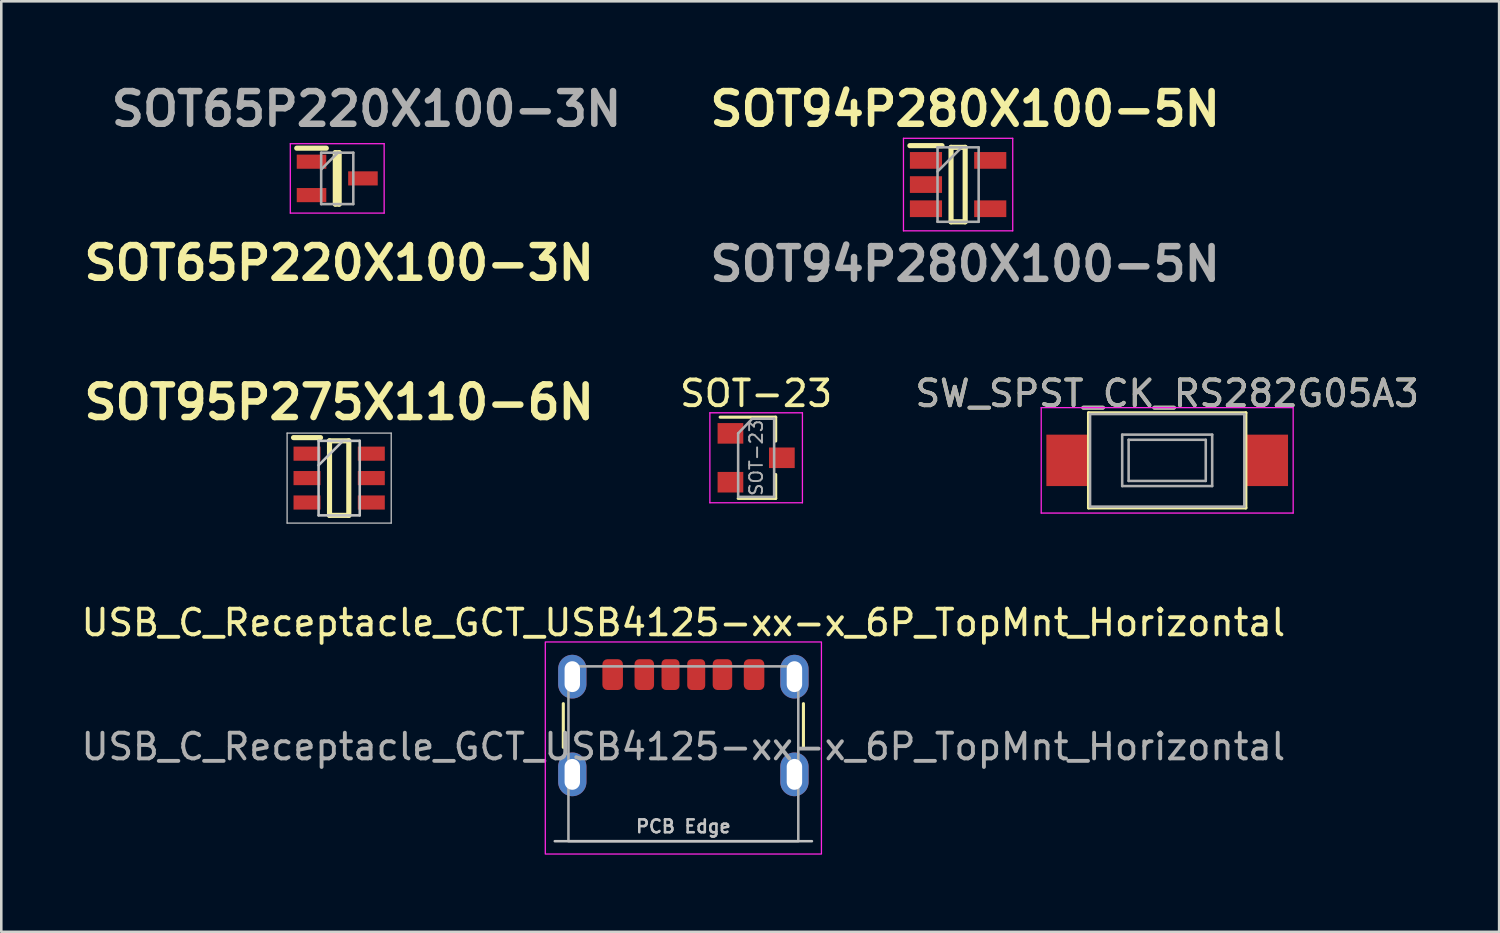
<source format=kicad_pcb>
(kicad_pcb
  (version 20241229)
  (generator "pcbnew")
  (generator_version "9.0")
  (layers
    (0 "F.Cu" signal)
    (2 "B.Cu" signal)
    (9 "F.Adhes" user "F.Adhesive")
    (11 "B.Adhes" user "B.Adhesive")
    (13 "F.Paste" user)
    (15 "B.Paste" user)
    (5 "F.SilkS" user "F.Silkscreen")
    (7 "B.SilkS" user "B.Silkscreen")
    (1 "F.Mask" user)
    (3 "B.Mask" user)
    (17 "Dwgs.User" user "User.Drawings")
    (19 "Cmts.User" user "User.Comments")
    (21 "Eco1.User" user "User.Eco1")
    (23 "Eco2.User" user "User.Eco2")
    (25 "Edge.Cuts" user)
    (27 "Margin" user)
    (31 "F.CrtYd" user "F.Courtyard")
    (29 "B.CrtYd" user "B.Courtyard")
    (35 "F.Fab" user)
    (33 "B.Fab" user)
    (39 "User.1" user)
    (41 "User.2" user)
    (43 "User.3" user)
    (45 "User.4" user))
  (footprint "SW_SPST_CK_RS282G05A3"
    (layer "F.Cu")
    (at 42.349 14.856)
    (property "Reference" "SW_SPST_CK_RS282G05A3" (at 0 -2.6 0) (layer "F.SilkS") (effects (font (size 1 1) (thickness 0.15))))
    (attr smd)
    (fp_line (start -3.06 -1.85) (end 3.06 -1.85) (stroke (width 0.12) (type solid)) (layer "F.SilkS"))
    (fp_line (start -3.06 1.85) (end -3.06 -1.85) (stroke (width 0.12) (type solid)) (layer "F.SilkS"))
    (fp_line (start 3.06 -1.85) (end 3.06 1.85) (stroke (width 0.12) (type solid)) (layer "F.SilkS"))
    (fp_line (start 3.06 1.85) (end -3.06 1.85) (stroke (width 0.12) (type solid)) (layer "F.SilkS"))
    (fp_line (start -4.9 -2.05) (end 4.9 -2.05) (stroke (width 0.05) (type solid)) (layer "F.CrtYd"))
    (fp_line (start -4.9 2.05) (end -4.9 -2.05) (stroke (width 0.05) (type solid)) (layer "F.CrtYd"))
    (fp_line (start 4.9 -2.05) (end 4.9 2.05) (stroke (width 0.05) (type solid)) (layer "F.CrtYd"))
    (fp_line (start 4.9 2.05) (end -4.9 2.05) (stroke (width 0.05) (type solid)) (layer "F.CrtYd"))
    (fp_line (start -3 -1.8) (end -3 1.8) (stroke (width 0.1) (type solid)) (layer "F.Fab"))
    (fp_line (start -3 -1.8) (end 3 -1.8) (stroke (width 0.1) (type solid)) (layer "F.Fab"))
    (fp_line (start -3 1.8) (end 3 1.8) (stroke (width 0.1) (type solid)) (layer "F.Fab"))
    (fp_line (start -1.75 -1) (end 1.75 -1) (stroke (width 0.1) (type solid)) (layer "F.Fab"))
    (fp_line (start -1.75 1) (end -1.75 -1) (stroke (width 0.1) (type solid)) (layer "F.Fab"))
    (fp_line (start -1.5 -0.8) (end -1.5 0.8) (stroke (width 0.1) (type solid)) (layer "F.Fab"))
    (fp_line (start -1.5 -0.8) (end 1.5 -0.8) (stroke (width 0.1) (type solid)) (layer "F.Fab"))
    (fp_line (start -1.5 0.8) (end 1.5 0.8) (stroke (width 0.1) (type solid)) (layer "F.Fab"))
    (fp_line (start 1.5 -0.8) (end 1.5 0.8) (stroke (width 0.1) (type solid)) (layer "F.Fab"))
    (fp_line (start 1.75 -1) (end 1.75 1) (stroke (width 0.1) (type solid)) (layer "F.Fab"))
    (fp_line (start 1.75 1) (end -1.75 1) (stroke (width 0.1) (type solid)) (layer "F.Fab"))
    (fp_line (start 3 -1.8) (end 3 1.8) (stroke (width 0.1) (type solid)) (layer "F.Fab"))
    (fp_text user "${REFERENCE}" (at 0 -2.6 0) (layer "F.Fab") (effects (font (size 1 1) (thickness 0.15))))
    (pad "1" smd rect (at -3.9 0) (size 1.6 2) (layers "F.Cu" "F.Mask" "F.Paste"))
    (pad "2" smd rect (at 3.9 0) (size 1.6 2) (layers "F.Cu" "F.Mask" "F.Paste")))
  (footprint "SOT-23"
    (layer "F.Cu")
    (at 26.361 14.756)
    (property "Reference" "SOT-23" (at 0 -2.5 0) (layer "F.SilkS") (effects (font (size 1 1) (thickness 0.15))))
    (attr smd)
    (fp_line (start 0.76 -1.58) (end -1.4 -1.58) (stroke (width 0.12) (type solid)) (layer "F.SilkS"))
    (fp_line (start 0.76 -1.58) (end 0.76 -0.65) (stroke (width 0.12) (type solid)) (layer "F.SilkS"))
    (fp_line (start 0.76 1.58) (end -0.7 1.58) (stroke (width 0.12) (type solid)) (layer "F.SilkS"))
    (fp_line (start 0.76 1.58) (end 0.76 0.65) (stroke (width 0.12) (type solid)) (layer "F.SilkS"))
    (fp_line (start -1.8 -1.75) (end 1.8 -1.75) (stroke (width 0.05) (type solid)) (layer "F.CrtYd"))
    (fp_line (start -1.8 1.75) (end -1.8 -1.75) (stroke (width 0.05) (type solid)) (layer "F.CrtYd"))
    (fp_line (start 1.8 -1.75) (end 1.8 1.75) (stroke (width 0.05) (type solid)) (layer "F.CrtYd"))
    (fp_line (start 1.8 1.75) (end -1.8 1.75) (stroke (width 0.05) (type solid)) (layer "F.CrtYd"))
    (fp_line (start -0.7 -0.95) (end -0.7 1.5) (stroke (width 0.1) (type solid)) (layer "F.Fab"))
    (fp_line (start -0.7 -0.95) (end -0.15 -1.52) (stroke (width 0.1) (type solid)) (layer "F.Fab"))
    (fp_line (start -0.7 1.52) (end 0.7 1.52) (stroke (width 0.1) (type solid)) (layer "F.Fab"))
    (fp_line (start -0.15 -1.52) (end 0.7 -1.52) (stroke (width 0.1) (type solid)) (layer "F.Fab"))
    (fp_line (start 0.7 -1.52) (end 0.7 1.52) (stroke (width 0.1) (type solid)) (layer "F.Fab"))
    (fp_text user "${REFERENCE}" (at 0 0 90) (layer "F.Fab") (effects (font (size 0.5 0.5) (thickness 0.075))))
    (pad "1" smd rect (at -1 -0.95) (size 1 0.8) (layers "F.Cu" "F.Mask" "F.Paste"))
    (pad "2" smd rect (at -1 0.95) (size 1 0.8) (layers "F.Cu" "F.Mask" "F.Paste"))
    (pad "3" smd rect (at 1 0) (size 1 0.8) (layers "F.Cu" "F.Mask" "F.Paste")))
  (footprint "SOT95P275X110-6N"
    (layer "F.Cu")
    (at 10.142 15.546)
    (property "Reference" "SOT95P275X110-6N" (at 0 -2.95 0) (layer "F.SilkS") (effects (font (size 1.27 1.27) (thickness 0.254))))
    (attr smd)
    (fp_line (start -1.775 -1.575) (end -0.725 -1.575) (stroke (width 0.2) (type solid)) (layer "F.SilkS"))
    (fp_line (start -0.375 -1.45) (end 0.375 -1.45) (stroke (width 0.2) (type solid)) (layer "F.SilkS"))
    (fp_line (start -0.375 1.45) (end -0.375 -1.45) (stroke (width 0.2) (type solid)) (layer "F.SilkS"))
    (fp_line (start 0.375 -1.45) (end 0.375 1.45) (stroke (width 0.2) (type solid)) (layer "F.SilkS"))
    (fp_line (start 0.375 1.45) (end -0.375 1.45) (stroke (width 0.2) (type solid)) (layer "F.SilkS"))
    (fp_line (start -2.025 -1.75) (end 2.025 -1.75) (stroke (width 0.05) (type solid)) (layer "Dwgs.User"))
    (fp_line (start -2.025 1.75) (end -2.025 -1.75) (stroke (width 0.05) (type solid)) (layer "Dwgs.User"))
    (fp_line (start -0.8 -1.45) (end 0.8 -1.45) (stroke (width 0.1) (type solid)) (layer "Dwgs.User"))
    (fp_line (start -0.8 -0.5) (end 0.15 -1.45) (stroke (width 0.1) (type solid)) (layer "Dwgs.User"))
    (fp_line (start -0.8 1.45) (end -0.8 -1.45) (stroke (width 0.1) (type solid)) (layer "Dwgs.User"))
    (fp_line (start 0.8 -1.45) (end 0.8 1.45) (stroke (width 0.1) (type solid)) (layer "Dwgs.User"))
    (fp_line (start 0.8 1.45) (end -0.8 1.45) (stroke (width 0.1) (type solid)) (layer "Dwgs.User"))
    (fp_line (start 2.025 -1.75) (end 2.025 1.75) (stroke (width 0.05) (type solid)) (layer "Dwgs.User"))
    (fp_line (start 2.025 1.75) (end -2.025 1.75) (stroke (width 0.05) (type solid)) (layer "Dwgs.User"))
    (pad "1" smd rect (at -1.25 -0.95 90) (size 0.55 1.05) (layers "F.Cu" "F.Mask" "F.Paste"))
    (pad "2" smd rect (at -1.25 0 90) (size 0.55 1.05) (layers "F.Cu" "F.Mask" "F.Paste"))
    (pad "3" smd rect (at -1.25 0.95 90) (size 0.55 1.05) (layers "F.Cu" "F.Mask" "F.Paste"))
    (pad "4" smd rect (at 1.25 0.95 90) (size 0.55 1.05) (layers "F.Cu" "F.Mask" "F.Paste"))
    (pad "5" smd rect (at 1.25 0 90) (size 0.55 1.05) (layers "F.Cu" "F.Mask" "F.Paste"))
    (pad "6" smd rect (at 1.25 -0.95 90) (size 0.55 1.05) (layers "F.Cu" "F.Mask" "F.Paste")))
  (footprint "USB_C_Receptacle_GCT_USB4125-xx-x_6P_TopMnt_Horizontal"
    (layer "F.Cu")
    (at 23.53 26.269)
    (property "Reference" "USB_C_Receptacle_GCT_USB4125-xx-x_6P_TopMnt_Horizontal" (at 0 -5.1 0) (unlocked yes) (layer "F.SilkS") (effects (font (size 1 1) (thickness 0.15))))
    (attr smd)
    (fp_line (start -4.67 -0.25) (end -4.67 -1.95) (stroke (width 0.12) (type solid)) (layer "F.SilkS"))
    (fp_line (start 4.67 -0.25) (end 4.67 -1.95) (stroke (width 0.12) (type solid)) (layer "F.SilkS"))
    (fp_line (start 5 3.4) (end -5 3.4) (stroke (width 0.1) (type solid)) (layer "Dwgs.User"))
    (fp_rect (start -5.37 -4.35) (end 5.37 3.9) (stroke (width 0.05) (type solid)) (fill no) (layer "F.CrtYd"))
    (fp_rect (start -4.47 -3.4) (end 4.47 3.4) (stroke (width 0.1) (type solid)) (fill no) (layer "F.Fab"))
    (fp_text user "PCB Edge" (at 0 2.825 0) (unlocked yes) (layer "Dwgs.User") (effects (font (size 0.5 0.5) (thickness 0.1))))
    (fp_text user "${REFERENCE}" (at 0 -0.275 0) (unlocked yes) (layer "F.Fab") (effects (font (size 1 1) (thickness 0.15))))
    (pad "A5" smd roundrect (at -0.5 -3.08) (size 0.7 1.2) (layers "F.Cu" "F.Mask" "F.Paste") (roundrect_rratio 0.25))
    (pad "A9" smd roundrect (at 1.52 -3.08 180) (size 0.76 1.2) (layers "F.Cu" "F.Mask" "F.Paste") (roundrect_rratio 0.25))
    (pad "A12" smd roundrect (at 2.75 -3.08 180) (size 0.8 1.2) (layers "F.Cu" "F.Mask" "F.Paste") (roundrect_rratio 0.25))
    (pad "B5" smd roundrect (at 0.5 -3.08 180) (size 0.7 1.2) (layers "F.Cu" "F.Mask" "F.Paste") (roundrect_rratio 0.25))
    (pad "B9" smd roundrect (at -1.52 -3.08) (size 0.76 1.2) (layers "F.Cu" "F.Mask" "F.Paste") (roundrect_rratio 0.25))
    (pad "B12" smd roundrect (at -2.75 -3.08) (size 0.8 1.2) (layers "F.Cu" "F.Mask" "F.Paste") (roundrect_rratio 0.25))
    (pad "S1" thru_hole oval (at -4.32 -3) (size 1.1 1.7) (drill oval 0.6 1.2) (layers "*.Cu" "*.Mask" "F.Paste"))
    (pad "S1" thru_hole oval (at -4.32 0.8) (size 1.1 1.7) (drill oval 0.6 1.2) (layers "*.Cu" "*.Mask" "F.Paste"))
    (pad "S1" thru_hole oval (at 4.32 -3) (size 1.1 1.7) (drill oval 0.6 1.2) (layers "*.Cu" "*.Mask" "F.Paste"))
    (pad "S1" thru_hole oval (at 4.32 0.8) (size 1.1 1.7) (drill oval 0.6 1.2) (layers "*.Cu" "*.Mask" "F.Paste")))
  (footprint "SOT65P220X100-3N"
    (layer "F.Cu")
    (at 10.067 3.889)
    (property "Reference" "SOT65P220X100-3N" (at 0.075 3.29 0) (layer "F.SilkS") (effects (font (size 1.27 1.27) (thickness 0.254))))
    (attr smd)
    (fp_line (start -1.575 -1.175) (end -0.425 -1.175) (stroke (width 0.2) (type solid)) (layer "F.SilkS"))
    (fp_line (start -0.075 -1) (end 0.075 -1) (stroke (width 0.2) (type solid)) (layer "F.SilkS"))
    (fp_line (start -0.075 1) (end -0.075 -1) (stroke (width 0.2) (type solid)) (layer "F.SilkS"))
    (fp_line (start 0.075 -1) (end 0.075 1) (stroke (width 0.2) (type solid)) (layer "F.SilkS"))
    (fp_line (start 0.075 1) (end -0.075 1) (stroke (width 0.2) (type solid)) (layer "F.SilkS"))
    (fp_line (start -1.825 -1.35) (end 1.825 -1.35) (stroke (width 0.05) (type solid)) (layer "F.CrtYd"))
    (fp_line (start -1.825 1.35) (end -1.825 -1.35) (stroke (width 0.05) (type solid)) (layer "F.CrtYd"))
    (fp_line (start 1.825 -1.35) (end 1.825 1.35) (stroke (width 0.05) (type solid)) (layer "F.CrtYd"))
    (fp_line (start 1.825 1.35) (end -1.825 1.35) (stroke (width 0.05) (type solid)) (layer "F.CrtYd"))
    (fp_line (start -0.625 -1) (end 0.625 -1) (stroke (width 0.1) (type solid)) (layer "F.Fab"))
    (fp_line (start -0.625 -0.35) (end 0.025 -1) (stroke (width 0.1) (type solid)) (layer "F.Fab"))
    (fp_line (start -0.625 1) (end -0.625 -1) (stroke (width 0.1) (type solid)) (layer "F.Fab"))
    (fp_line (start 0.625 -1) (end 0.625 1) (stroke (width 0.1) (type solid)) (layer "F.Fab"))
    (fp_line (start 0.625 1) (end -0.625 1) (stroke (width 0.1) (type solid)) (layer "F.Fab"))
    (fp_text user "${REFERENCE}" (at 1.14 -2.7 0) (layer "F.Fab") (effects (font (size 1.27 1.27) (thickness 0.254))))
    (pad "1" smd rect (at -1 -0.65 90) (size 0.55 1.15) (layers "F.Cu" "F.Mask" "F.Paste"))
    (pad "2" smd rect (at -1 0.65 90) (size 0.55 1.15) (layers "F.Cu" "F.Mask" "F.Paste"))
    (pad "3" smd rect (at 1 0 90) (size 0.55 1.15) (layers "F.Cu" "F.Mask" "F.Paste")))
  (footprint "SOT94P280X100-5N"
    (layer "F.Cu")
    (at 34.216 4.129)
    (property "Reference" "SOT94P280X100-5N" (at 0.275 -2.94 0) (layer "F.SilkS") (effects (font (size 1.27 1.27) (thickness 0.254))))
    (attr smd)
    (fp_line (start -1.875 -1.514) (end -0.625 -1.514) (stroke (width 0.2) (type solid)) (layer "F.SilkS"))
    (fp_line (start -0.275 -1.448) (end 0.275 -1.448) (stroke (width 0.2) (type solid)) (layer "F.SilkS"))
    (fp_line (start -0.275 1.448) (end -0.275 -1.448) (stroke (width 0.2) (type solid)) (layer "F.SilkS"))
    (fp_line (start 0.275 -1.448) (end 0.275 1.448) (stroke (width 0.2) (type solid)) (layer "F.SilkS"))
    (fp_line (start 0.275 1.448) (end -0.275 1.448) (stroke (width 0.2) (type solid)) (layer "F.SilkS"))
    (fp_line (start -2.125 -1.8) (end 2.125 -1.8) (stroke (width 0.05) (type solid)) (layer "F.CrtYd"))
    (fp_line (start -2.125 1.8) (end -2.125 -1.8) (stroke (width 0.05) (type solid)) (layer "F.CrtYd"))
    (fp_line (start 2.125 -1.8) (end 2.125 1.8) (stroke (width 0.05) (type solid)) (layer "F.CrtYd"))
    (fp_line (start 2.125 1.8) (end -2.125 1.8) (stroke (width 0.05) (type solid)) (layer "F.CrtYd"))
    (fp_line (start -0.8 -1.448) (end 0.8 -1.448) (stroke (width 0.1) (type solid)) (layer "F.Fab"))
    (fp_line (start -0.8 -0.508) (end 0.14 -1.448) (stroke (width 0.1) (type solid)) (layer "F.Fab"))
    (fp_line (start -0.8 1.448) (end -0.8 -1.448) (stroke (width 0.1) (type solid)) (layer "F.Fab"))
    (fp_line (start 0.8 -1.448) (end 0.8 1.448) (stroke (width 0.1) (type solid)) (layer "F.Fab"))
    (fp_line (start 0.8 1.448) (end -0.8 1.448) (stroke (width 0.1) (type solid)) (layer "F.Fab"))
    (fp_text user "${REFERENCE}" (at 0.275 3.09 0) (layer "F.Fab") (effects (font (size 1.27 1.27) (thickness 0.254))))
    (pad "1" smd rect (at -1.25 -0.94 90) (size 0.65 1.25) (layers "F.Cu" "F.Mask" "F.Paste"))
    (pad "2" smd rect (at -1.25 0 90) (size 0.65 1.25) (layers "F.Cu" "F.Mask" "F.Paste"))
    (pad "3" smd rect (at -1.25 0.94 90) (size 0.65 1.25) (layers "F.Cu" "F.Mask" "F.Paste"))
    (pad "4" smd rect (at 1.25 0.94 90) (size 0.65 1.25) (layers "F.Cu" "F.Mask" "F.Paste"))
    (pad "5" smd rect (at 1.25 -0.94 90) (size 0.65 1.25) (layers "F.Cu" "F.Mask" "F.Paste")))
  (gr_rect
    (start -3 -3)
    (end 55.26 33.194)
    (stroke (width 0.1) (type default))
    (fill no)
    (layer "Edge.Cuts")))
</source>
